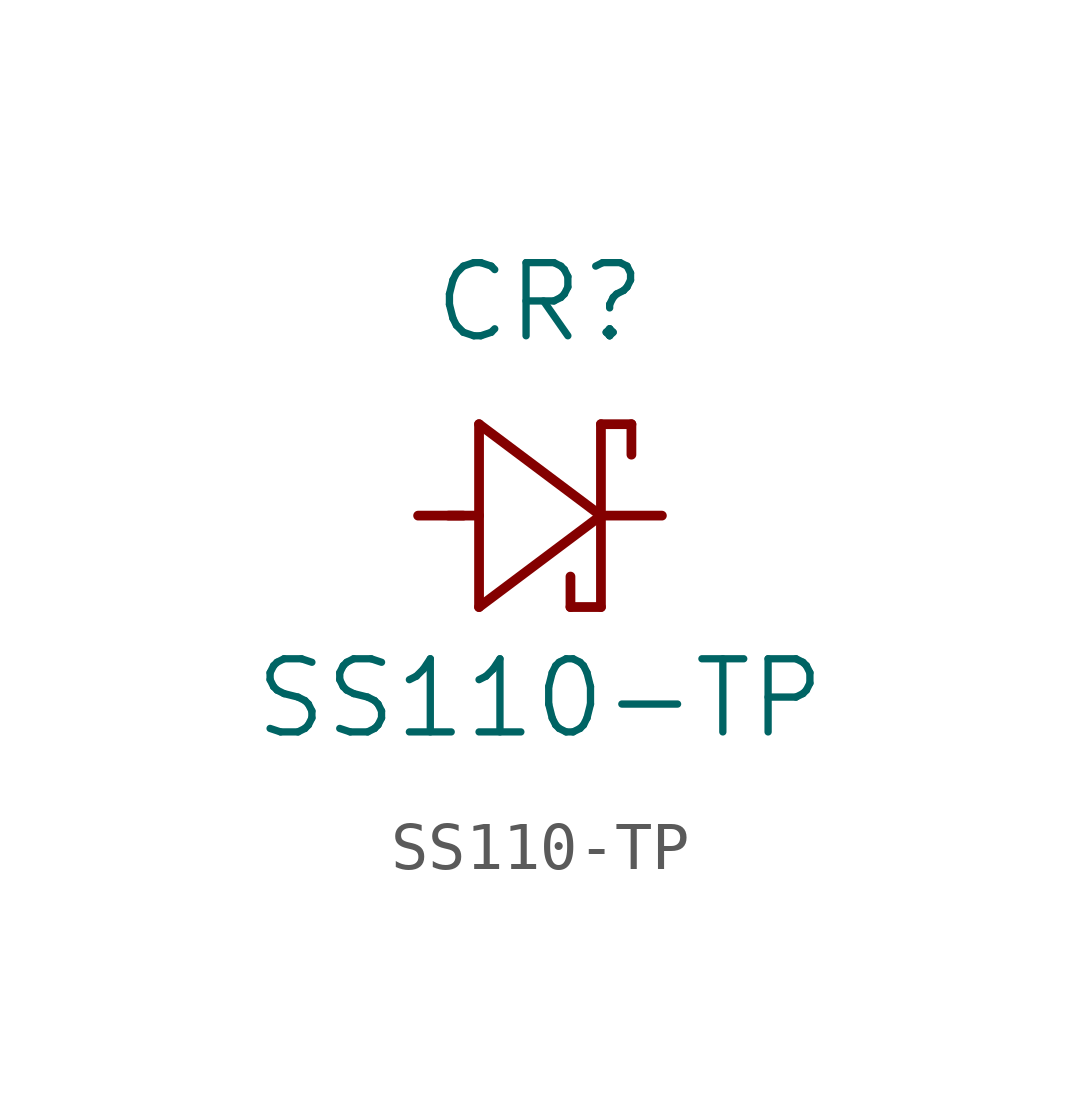
<source format=kicad_sym>
(kicad_symbol_lib
  (version 20211014)
  (generator kicad_symbol_editor)
  (symbol "SS110-TP"
    (pin_names
      (offset 0.254))
    (property "Reference" "CR"
      (at 5.08 4.445 0)
      (effects (font (size 1.524 1.524))))
    (property "Value" "SS110-TP"
      (at 5.08 -3.81 0)
      (effects (font (size 1.524 1.524))))
    (symbol "SS110-TP_0_1"
      (polyline (pts (xy 2.54 0) (xy 3.48 0)) (stroke (width .2032) (type default) (color 0 0 0 0)) (fill (type none)))
      (polyline (pts (xy 3.81 1.905) (xy 3.81 -1.905)) (stroke (width .2032) (type default) (color 0 0 0 0)) (fill (type none)))
      (polyline (pts (xy 3.175 0) (xy 3.81 0)) (stroke (width .2032) (type default) (color 0 0 0 0)) (fill (type none)))
      (polyline (pts (xy 6.35 -1.905) (xy 6.35 1.905)) (stroke (width .2032) (type default) (color 0 0 0 0)) (fill (type none)))
      (polyline (pts (xy 6.35 0) (xy 7.62 0)) (stroke (width .2032) (type default) (color 0 0 0 0)) (fill (type none)))
      (polyline (pts (xy 6.35 0) (xy 3.81 1.905)) (stroke (width .2032) (type default) (color 0 0 0 0)) (fill (type none)))
      (polyline (pts (xy 3.81 -1.905) (xy 6.35 0)) (stroke (width .2032) (type default) (color 0 0 0 0)) (fill (type none)))
      (polyline (pts (xy 6.35 1.905) (xy 6.985 1.905)) (stroke (width .2032) (type default) (color 0 0 0 0)) (fill (type none)))
      (polyline (pts (xy 6.985 1.905) (xy 6.985 1.27)) (stroke (width .2032) (type default) (color 0 0 0 0)) (fill (type none)))
      (polyline (pts (xy 6.35 -1.905) (xy 5.715 -1.905)) (stroke (width .2032) (type default) (color 0 0 0 0)) (fill (type none)))
      (polyline (pts (xy 5.715 -1.905) (xy 5.715 -1.27)) (stroke (width .2032) (type default) (color 0 0 0 0)) (fill (type none))))))
</source>
